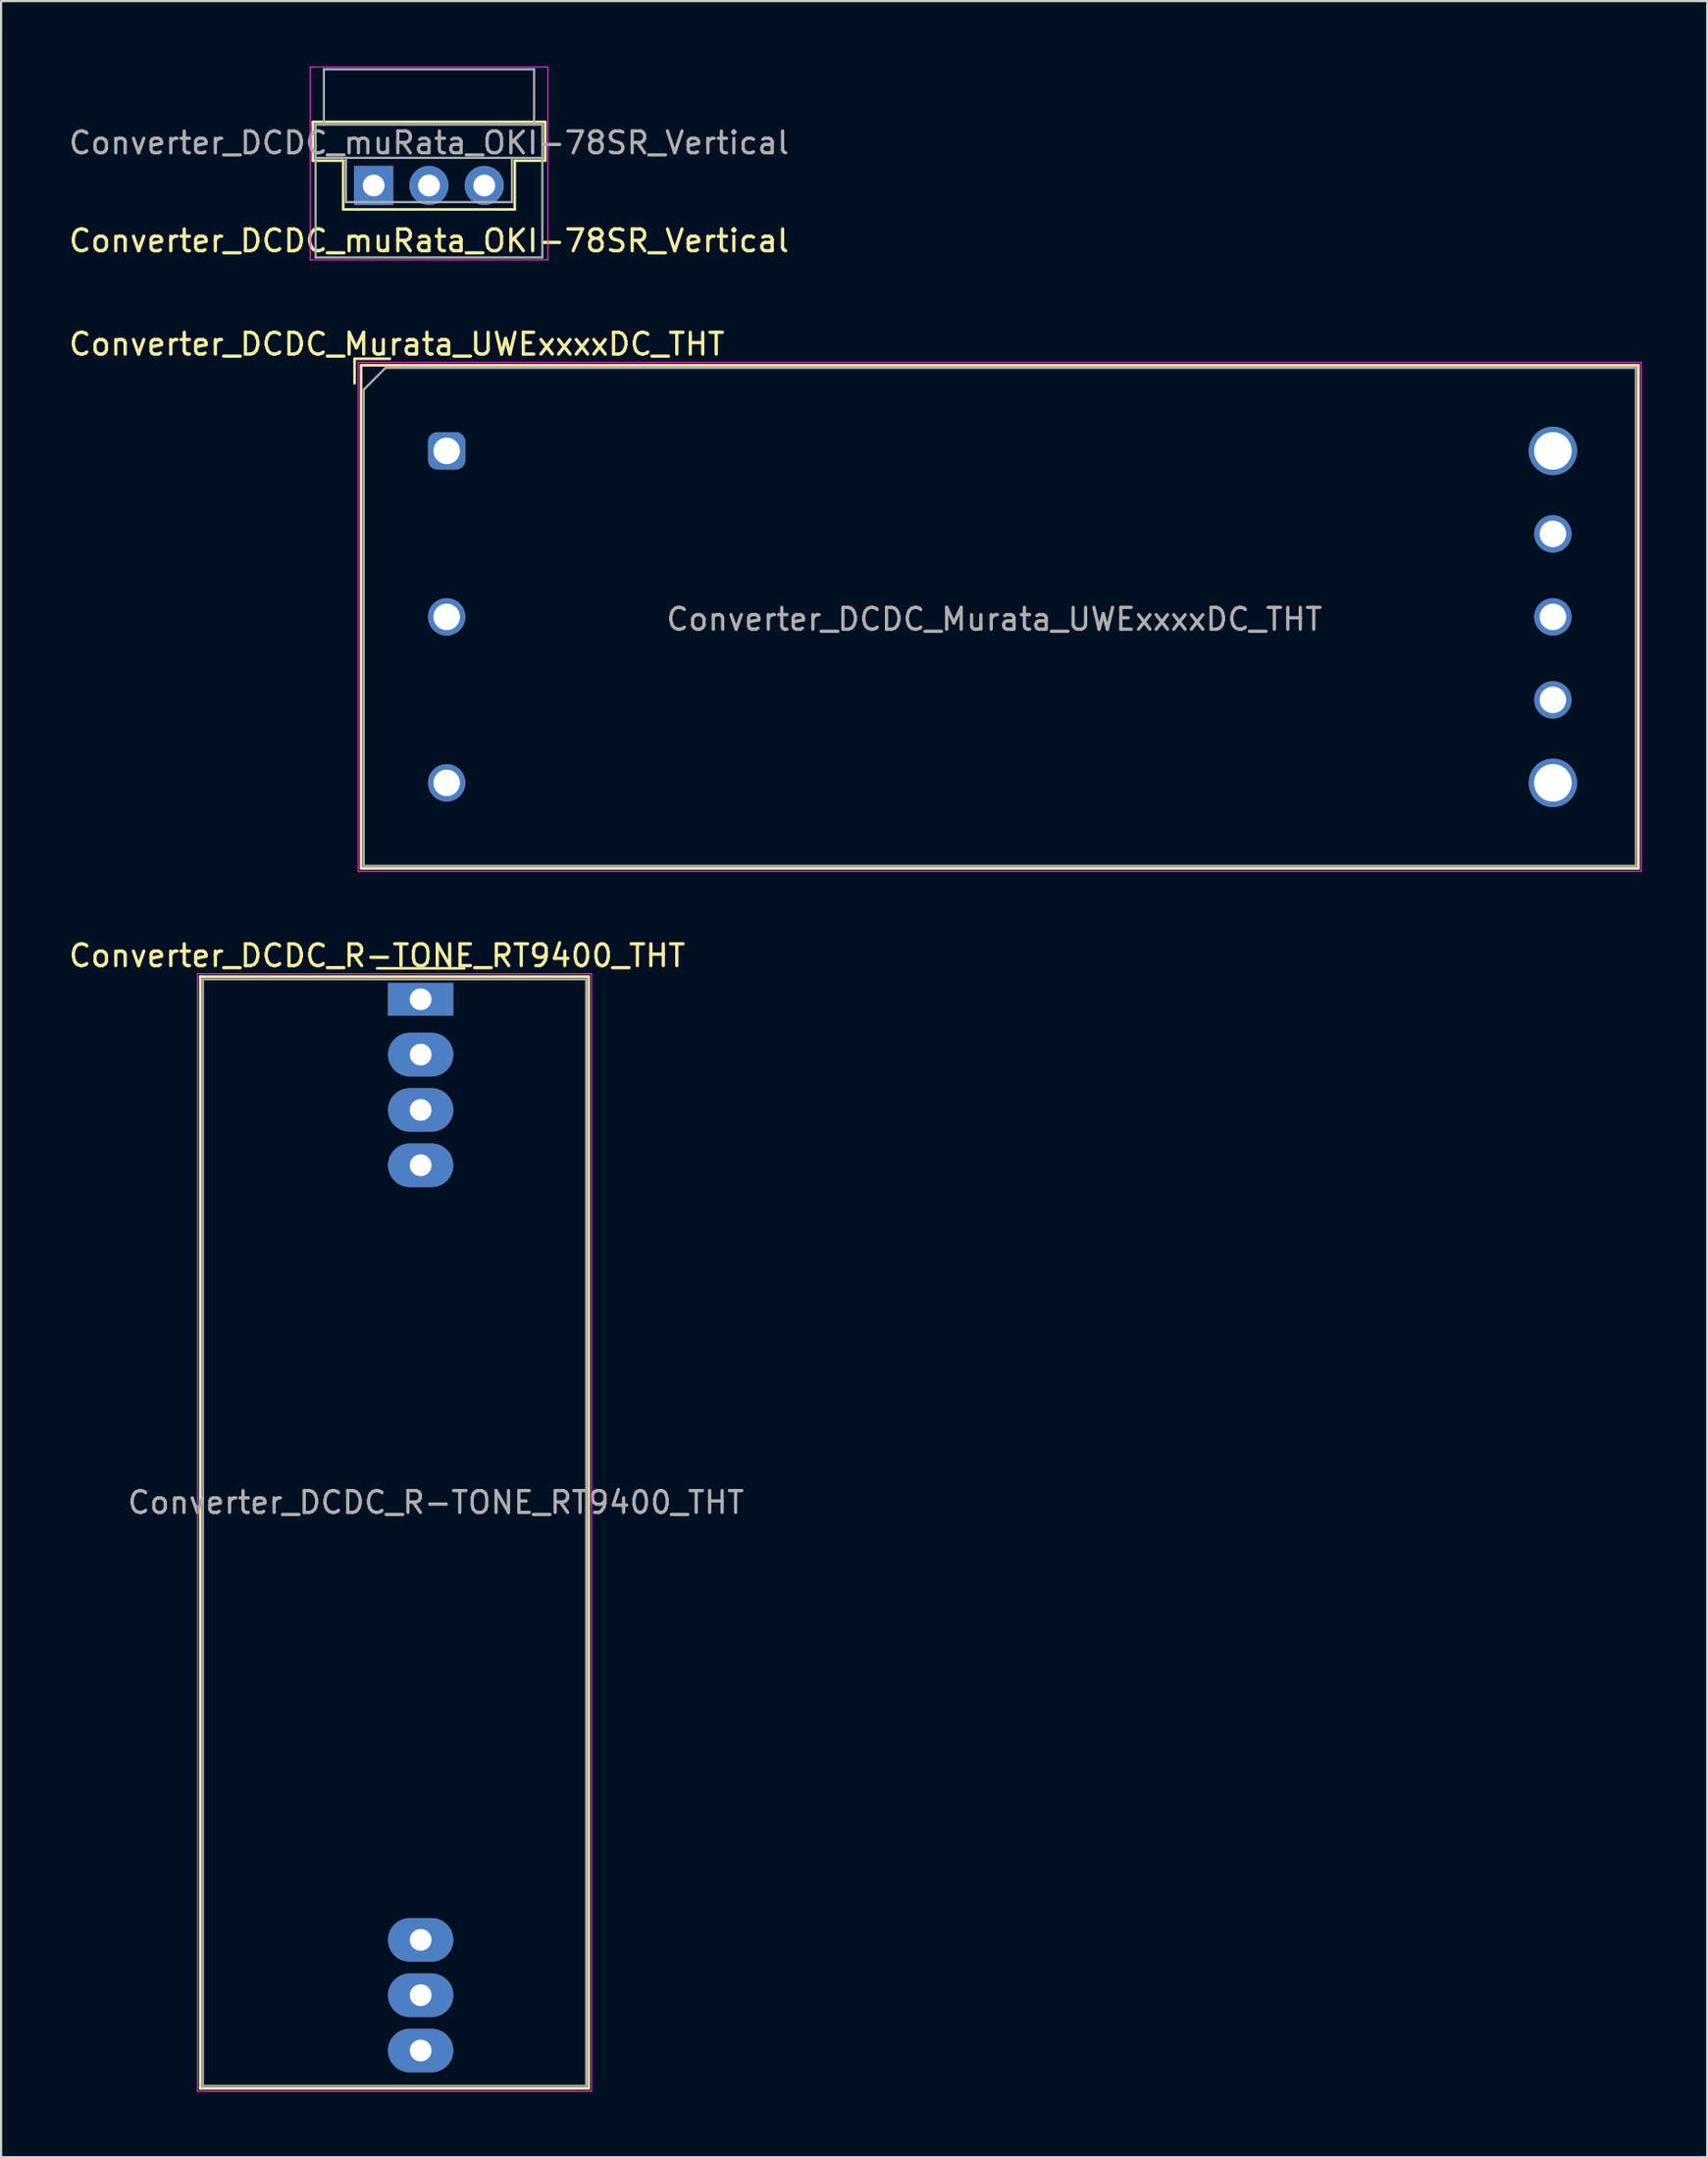
<source format=kicad_pcb>
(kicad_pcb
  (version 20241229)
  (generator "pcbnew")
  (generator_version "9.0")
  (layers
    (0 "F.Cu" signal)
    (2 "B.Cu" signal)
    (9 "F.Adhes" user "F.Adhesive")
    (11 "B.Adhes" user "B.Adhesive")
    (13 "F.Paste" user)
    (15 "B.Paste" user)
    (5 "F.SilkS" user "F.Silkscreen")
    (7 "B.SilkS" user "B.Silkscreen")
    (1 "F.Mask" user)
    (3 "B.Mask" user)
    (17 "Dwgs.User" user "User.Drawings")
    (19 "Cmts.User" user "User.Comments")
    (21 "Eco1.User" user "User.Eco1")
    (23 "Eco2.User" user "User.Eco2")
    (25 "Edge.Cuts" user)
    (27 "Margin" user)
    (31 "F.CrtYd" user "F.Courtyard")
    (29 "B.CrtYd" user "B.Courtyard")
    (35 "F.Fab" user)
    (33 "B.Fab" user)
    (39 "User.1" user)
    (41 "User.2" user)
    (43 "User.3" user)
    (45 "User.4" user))
  (footprint "Converter_DCDC_Murata_UWExxxxDC_THT"
    (layer "F.Cu")
    (at 17.463 17.648)
    (property "Reference" "Converter_DCDC_Murata_UWExxxxDC_THT" (at -2.29 -4.9 0) (layer "F.SilkS") (effects (font (size 1 1) (thickness 0.15))))
    (attr through_hole)
    (fp_line (start -4.23 -4.23) (end -4.23 -3.1) (stroke (width 0.12) (type solid)) (layer "F.SilkS"))
    (fp_line (start -4.23 -4.23) (end -2.61 -4.23) (stroke (width 0.12) (type solid)) (layer "F.SilkS"))
    (fp_line (start -3.93 -3.93) (end -3.93 19.17) (stroke (width 0.12) (type solid)) (layer "F.SilkS"))
    (fp_line (start -3.93 -3.93) (end 54.73 -3.93) (stroke (width 0.12) (type solid)) (layer "F.SilkS"))
    (fp_line (start -3.93 19.17) (end 54.73 19.17) (stroke (width 0.12) (type solid)) (layer "F.SilkS"))
    (fp_line (start 54.73 -3.93) (end 54.73 19.17) (stroke (width 0.12) (type solid)) (layer "F.SilkS"))
    (fp_line (start -4.06 -4.06) (end -4.06 19.3) (stroke (width 0.05) (type solid)) (layer "F.CrtYd"))
    (fp_line (start -4.06 -4.06) (end 54.86 -4.06) (stroke (width 0.05) (type solid)) (layer "F.CrtYd"))
    (fp_line (start -4.06 19.3) (end 54.86 19.3) (stroke (width 0.05) (type solid)) (layer "F.CrtYd"))
    (fp_line (start 54.86 -4.06) (end 54.86 19.3) (stroke (width 0.05) (type solid)) (layer "F.CrtYd"))
    (fp_line (start -3.81 -2.81) (end -3.81 19.05) (stroke (width 0.1) (type solid)) (layer "F.Fab"))
    (fp_line (start -3.81 19.05) (end 54.61 19.05) (stroke (width 0.1) (type solid)) (layer "F.Fab"))
    (fp_line (start -2.81 -3.81) (end -3.81 -2.81) (stroke (width 0.1) (type default)) (layer "F.Fab"))
    (fp_line (start -2.81 -3.81) (end 54.61 -3.81) (stroke (width 0.1) (type solid)) (layer "F.Fab"))
    (fp_line (start 54.61 -3.81) (end 54.61 19.05) (stroke (width 0.1) (type solid)) (layer "F.Fab"))
    (fp_text user "${REFERENCE}" (at 25.15 7.73 0) (layer "F.Fab") (effects (font (size 1 1) (thickness 0.15))))
    (pad "1" thru_hole roundrect (at 0 0) (size 1.717 1.717) (drill 1.219) (layers "*.Cu" "*.Mask") (roundrect_rratio 0.25))
    (pad "2" thru_hole circle (at 0 7.62) (size 1.717 1.717) (drill 1.219) (layers "*.Cu" "*.Mask"))
    (pad "3" thru_hole circle (at 0 15.24) (size 1.717 1.717) (drill 1.219) (layers "*.Cu" "*.Mask"))
    (pad "4" thru_hole circle (at 50.8 15.24) (size 2.225 2.225) (drill 1.725) (layers "*.Cu" "*.Mask"))
    (pad "5" thru_hole circle (at 50.8 11.43) (size 1.717 1.717) (drill 1.219) (layers "*.Cu" "*.Mask"))
    (pad "6" thru_hole circle (at 50.8 7.62) (size 1.717 1.717) (drill 1.219) (layers "*.Cu" "*.Mask"))
    (pad "7" thru_hole circle (at 50.8 3.81) (size 1.717 1.717) (drill 1.219) (layers "*.Cu" "*.Mask"))
    (pad "8" thru_hole circle (at 50.8 0) (size 2.225 2.225) (drill 1.725) (layers "*.Cu" "*.Mask")))
  (footprint "Converter_DCDC_R-TONE_RT9400_THT"
    (layer "F.Cu")
    (at 16.268 42.822)
    (property "Reference" "Converter_DCDC_R-TONE_RT9400_THT" (at -2 -2 0) (layer "F.SilkS") (effects (font (size 1 1) (thickness 0.15))))
    (attr through_hole)
    (fp_line (start -10.12 -1.04) (end 7.72 -1.04) (stroke (width 0.12) (type solid)) (layer "F.SilkS"))
    (fp_line (start -10.12 50) (end -10.12 -1.04) (stroke (width 0.12) (type solid)) (layer "F.SilkS"))
    (fp_line (start -2 -1.42) (end 2 -1.42) (stroke (width 0.12) (type solid)) (layer "F.SilkS"))
    (fp_line (start 7.72 -1.04) (end 7.72 50) (stroke (width 0.12) (type solid)) (layer "F.SilkS"))
    (fp_line (start 7.72 50) (end -10.12 50) (stroke (width 0.12) (type solid)) (layer "F.SilkS"))
    (fp_line (start -10.25 -1.17) (end 7.85 -1.17) (stroke (width 0.05) (type solid)) (layer "F.CrtYd"))
    (fp_line (start -10.25 50.13) (end -10.25 -1.17) (stroke (width 0.05) (type solid)) (layer "F.CrtYd"))
    (fp_line (start 7.85 -1.17) (end 7.85 50.13) (stroke (width 0.05) (type solid)) (layer "F.CrtYd"))
    (fp_line (start 7.85 50.13) (end -10.25 50.13) (stroke (width 0.05) (type solid)) (layer "F.CrtYd"))
    (fp_line (start -10 -0.92) (end 7.6 -0.92) (stroke (width 0.1) (type solid)) (layer "F.Fab"))
    (fp_line (start -10 49.88) (end -10 -0.92) (stroke (width 0.1) (type solid)) (layer "F.Fab"))
    (fp_line (start 7.6 -0.92) (end 7.6 49.88) (stroke (width 0.1) (type solid)) (layer "F.Fab"))
    (fp_line (start 7.6 49.88) (end -10 49.88) (stroke (width 0.1) (type solid)) (layer "F.Fab"))
    (fp_text user "${REFERENCE}" (at 0.7 23.1 0) (layer "F.Fab") (effects (font (size 1 1) (thickness 0.15))))
    (pad "1" thru_hole rect (at 0 0) (size 3 1.5) (drill 1) (layers "*.Cu" "*.Mask"))
    (pad "2" thru_hole oval (at 0 2.54) (size 3 2) (drill 1) (layers "*.Cu" "*.Mask"))
    (pad "3" thru_hole oval (at 0 5.08) (size 3 2) (drill 1) (layers "*.Cu" "*.Mask"))
    (pad "4" thru_hole oval (at 0 7.62) (size 3 2) (drill 1) (layers "*.Cu" "*.Mask"))
    (pad "5" thru_hole oval (at 0 43.18) (size 3 2) (drill 1) (layers "*.Cu" "*.Mask"))
    (pad "6" thru_hole oval (at 0 45.72) (size 3 2) (drill 1) (layers "*.Cu" "*.Mask"))
    (pad "7" thru_hole oval (at 0 48.26) (size 3 2) (drill 1) (layers "*.Cu" "*.Mask")))
  (footprint "Converter_DCDC_muRata_OKI-78SR_Vertical"
    (layer "F.Cu")
    (at 14.109 5.465)
    (property "Reference" "Converter_DCDC_muRata_OKI-78SR_Vertical" (at 2.54 2.54 180) (layer "F.SilkS") (effects (font (size 1 1) (thickness 0.15))))
    (fp_line (start -2.79 -2.92) (end -2.79 -1.14) (stroke (width 0.12) (type solid)) (layer "F.SilkS"))
    (fp_line (start -1.4 -1.14) (end -2.79 -1.14) (stroke (width 0.12) (type solid)) (layer "F.SilkS"))
    (fp_line (start -1.4 1.1) (end -1.4 -1.14) (stroke (width 0.12) (type solid)) (layer "F.SilkS"))
    (fp_line (start 6.48 -1.14) (end 6.48 1.1) (stroke (width 0.12) (type solid)) (layer "F.SilkS"))
    (fp_line (start 6.48 1.1) (end -1.4 1.1) (stroke (width 0.12) (type solid)) (layer "F.SilkS"))
    (fp_line (start 7.88 -2.92) (end -2.79 -2.92) (stroke (width 0.12) (type solid)) (layer "F.SilkS"))
    (fp_line (start 7.88 -1.15) (end 7.88 -2.92) (stroke (width 0.12) (type solid)) (layer "F.SilkS"))
    (fp_line (start 7.88 -1.14) (end 6.48 -1.14) (stroke (width 0.12) (type solid)) (layer "F.SilkS"))
    (fp_line (start -2.91 -5.44) (end -2.91 3.41) (stroke (width 0.05) (type solid)) (layer "F.CrtYd"))
    (fp_line (start -2.91 3.41) (end 8 3.41) (stroke (width 0.05) (type solid)) (layer "F.CrtYd"))
    (fp_line (start 8 -5.44) (end -2.91 -5.44) (stroke (width 0.05) (type solid)) (layer "F.CrtYd"))
    (fp_line (start 8 3.41) (end 8 -5.44) (stroke (width 0.05) (type solid)) (layer "F.CrtYd"))
    (fp_line (start -2.667 -2.794) (end -2.667 -1.27) (stroke (width 0.1) (type solid)) (layer "F.Fab"))
    (fp_line (start -2.667 -2.794) (end 7.747 -2.794) (stroke (width 0.1) (type solid)) (layer "F.Fab"))
    (fp_line (start -2.667 -1.27) (end -2.667 3.302) (stroke (width 0.1) (type solid)) (layer "F.Fab"))
    (fp_line (start -2.667 -1.27) (end 7.747 -1.27) (stroke (width 0.1) (type solid)) (layer "F.Fab"))
    (fp_line (start -2.286 -5.334) (end -2.286 -2.794) (stroke (width 0.1) (type solid)) (layer "F.Fab"))
    (fp_line (start -1.27 0.762) (end -1.27 -1.27) (stroke (width 0.1) (type solid)) (layer "F.Fab"))
    (fp_line (start -1.27 0.762) (end -0.406 0.762) (stroke (width 0.1) (type solid)) (layer "F.Fab"))
    (fp_line (start 0.406 0.762) (end -0.406 0.762) (stroke (width 0.1) (type solid)) (layer "F.Fab"))
    (fp_line (start 0.406 0.762) (end 2.134 0.762) (stroke (width 0.1) (type solid)) (layer "F.Fab"))
    (fp_line (start 2.946 0.762) (end 2.134 0.762) (stroke (width 0.1) (type solid)) (layer "F.Fab"))
    (fp_line (start 2.946 0.762) (end 4.674 0.762) (stroke (width 0.1) (type solid)) (layer "F.Fab"))
    (fp_line (start 5.486 0.762) (end 4.674 0.762) (stroke (width 0.1) (type solid)) (layer "F.Fab"))
    (fp_line (start 5.486 0.762) (end 6.35 0.762) (stroke (width 0.1) (type solid)) (layer "F.Fab"))
    (fp_line (start 6.35 -1.27) (end 6.35 0.762) (stroke (width 0.1) (type solid)) (layer "F.Fab"))
    (fp_line (start 7.366 -5.334) (end -2.286 -5.334) (stroke (width 0.1) (type solid)) (layer "F.Fab"))
    (fp_line (start 7.366 -2.794) (end 7.366 -5.334) (stroke (width 0.1) (type solid)) (layer "F.Fab"))
    (fp_line (start 7.747 -2.794) (end 7.747 -1.27) (stroke (width 0.1) (type solid)) (layer "F.Fab"))
    (fp_line (start 7.747 -1.27) (end 7.747 3.302) (stroke (width 0.1) (type solid)) (layer "F.Fab"))
    (fp_line (start 7.747 3.302) (end -2.667 3.302) (stroke (width 0.1) (type solid)) (layer "F.Fab"))
    (fp_text user "${REFERENCE}" (at 2.54 -1.956 180) (layer "F.Fab") (effects (font (size 1 1) (thickness 0.15))))
    (pad "1" thru_hole rect (at 0 0) (size 1.8 1.8) (drill 1) (layers "*.Cu" "*.Mask"))
    (pad "2" thru_hole circle (at 2.54 0) (size 1.8 1.8) (drill 1) (layers "*.Cu" "*.Mask"))
    (pad "3" thru_hole circle (at 5.08 0) (size 1.8 1.8) (drill 1) (layers "*.Cu" "*.Mask")))
  (gr_rect
    (start -3 -3)
    (end 75.348 95.977)
    (stroke (width 0.1) (type default))
    (fill no)
    (layer "Edge.Cuts")))
</source>
